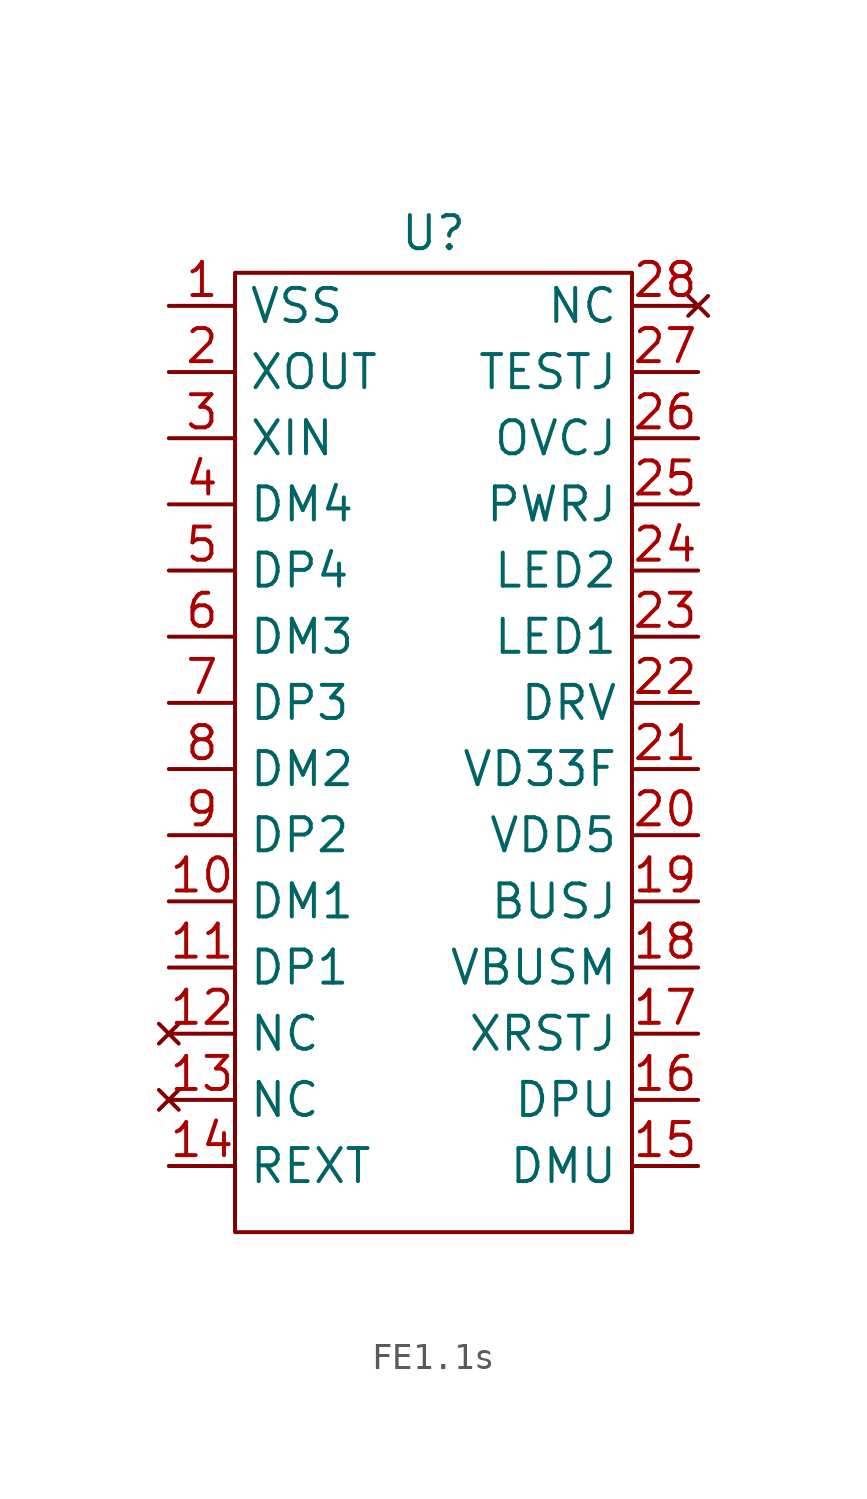
<source format=kicad_sym>
(kicad_symbol_lib
  (version 20241209)
  (generator "kicad_symbol_editor")
  (generator_version "9.0")
  (symbol "FE1.1s"
    (property "Reference" "U"
      (at 0 -1.016 0)
      (effects (font (size 1.27 1.27))))
    (property "Value" ""
      (at -5.08 -7.62 0)
      (effects (font (size 1.27 1.27))))
    (symbol "FE1.1s_0_0"
      (pin power_in line (at -10.16 -3.81 0) (length 2.54) (name "VSS" (effects (font (size 1.27 1.27)))) (number "1" (effects (font (size 1.27 1.27)))))
      (pin output line (at -10.16 -6.35 0) (length 2.54) (name "XOUT" (effects (font (size 1.27 1.27)))) (number "2" (effects (font (size 1.27 1.27)))))
      (pin input line (at -10.16 -8.89 0) (length 2.54) (name "XIN" (effects (font (size 1.27 1.27)))) (number "3" (effects (font (size 1.27 1.27)))))
      (pin bidirectional line (at -10.16 -16.51 0) (length 2.54) (name "DM3" (effects (font (size 1.27 1.27)))) (number "6" (effects (font (size 1.27 1.27)))))
      (pin bidirectional line (at -10.16 -19.05 0) (length 2.54) (name "DP3" (effects (font (size 1.27 1.27)))) (number "7" (effects (font (size 1.27 1.27)))))
      (pin bidirectional line (at -10.16 -21.59 0) (length 2.54) (name "DM2" (effects (font (size 1.27 1.27)))) (number "8" (effects (font (size 1.27 1.27)))))
      (pin bidirectional line (at -10.16 -24.13 0) (length 2.54) (name "DP2" (effects (font (size 1.27 1.27)))) (number "9" (effects (font (size 1.27 1.27)))))
      (pin bidirectional line (at -10.16 -26.67 0) (length 2.54) (name "DM1" (effects (font (size 1.27 1.27)))) (number "10" (effects (font (size 1.27 1.27)))))
      (pin bidirectional line (at -10.16 -29.21 0) (length 2.54) (name "DP1" (effects (font (size 1.27 1.27)))) (number "11" (effects (font (size 1.27 1.27)))))
      (pin no_connect line (at -10.16 -31.75 0) (length 2.54) (name "NC" (effects (font (size 1.27 1.27)))) (number "12" (effects (font (size 1.27 1.27)))))
      (pin no_connect line (at -10.16 -34.29 0) (length 2.54) (name "NC" (effects (font (size 1.27 1.27)))) (number "13" (effects (font (size 1.27 1.27)))))
      (pin no_connect line (at 10.16 -3.81 180) (length 2.54) (name "NC" (effects (font (size 1.27 1.27)))) (number "28" (effects (font (size 1.27 1.27)))))
      (pin unspecified line (at 10.16 -6.35 180) (length 2.54) (name "TESTJ" (effects (font (size 1.27 1.27)))) (number "27" (effects (font (size 1.27 1.27)))))
      (pin input line (at 10.16 -8.89 180) (length 2.54) (name "OVCJ" (effects (font (size 1.27 1.27)))) (number "26" (effects (font (size 1.27 1.27)))))
      (pin unspecified line (at 10.16 -11.43 180) (length 2.54) (name "PWRJ" (effects (font (size 1.27 1.27)))) (number "25" (effects (font (size 1.27 1.27)))))
      (pin bidirectional line (at 10.16 -13.97 180) (length 2.54) (name "LED2" (effects (font (size 1.27 1.27)))) (number "24" (effects (font (size 1.27 1.27)))))
      (pin bidirectional line (at 10.16 -16.51 180) (length 2.54) (name "LED1" (effects (font (size 1.27 1.27)))) (number "23" (effects (font (size 1.27 1.27)))))
      (pin bidirectional line (at 10.16 -19.05 180) (length 2.54) (name "DRV" (effects (font (size 1.27 1.27)))) (number "22" (effects (font (size 1.27 1.27)))))
      (pin power_out line (at 10.16 -21.59 180) (length 2.54) (name "VD33F" (effects (font (size 1.27 1.27)))) (number "21" (effects (font (size 1.27 1.27)))))
      (pin power_in line (at 10.16 -24.13 180) (length 2.54) (name "VDD5" (effects (font (size 1.27 1.27)))) (number "20" (effects (font (size 1.27 1.27)))))
      (pin input line (at 10.16 -26.67 180) (length 2.54) (name "BUSJ" (effects (font (size 1.27 1.27)))) (number "19" (effects (font (size 1.27 1.27)))))
      (pin input line (at 10.16 -29.21 180) (length 2.54) (name "VBUSM" (effects (font (size 1.27 1.27)))) (number "18" (effects (font (size 1.27 1.27)))))
      (pin input line (at 10.16 -31.75 180) (length 2.54) (name "XRSTJ" (effects (font (size 1.27 1.27)))) (number "17" (effects (font (size 1.27 1.27)))))
      (pin bidirectional line (at 10.16 -34.29 180) (length 2.54) (name "DPU" (effects (font (size 1.27 1.27)))) (number "16" (effects (font (size 1.27 1.27)))))
      (pin bidirectional line (at 10.16 -36.83 180) (length 2.54) (name "DMU" (effects (font (size 1.27 1.27)))) (number "15" (effects (font (size 1.27 1.27))))))
    (symbol "FE1.1s_0_1"
      (rectangle (start -7.62 -2.54) (end 7.62 -39.37) (stroke (width 0) (type default)) (fill (type none))))
    (symbol "FE1.1s_1_0"
      (pin bidirectional line (at -10.16 -11.43 0) (length 2.54) (name "DM4" (effects (font (size 1.27 1.27)))) (number "4" (effects (font (size 1.27 1.27)))))
      (pin bidirectional line (at -10.16 -13.97 0) (length 2.54) (name "DP4" (effects (font (size 1.27 1.27)))) (number "5" (effects (font (size 1.27 1.27)))))
      (pin bidirectional line (at -10.16 -36.83 0) (length 2.54) (name "REXT" (effects (font (size 1.27 1.27)))) (number "14" (effects (font (size 1.27 1.27))))))))
</source>
